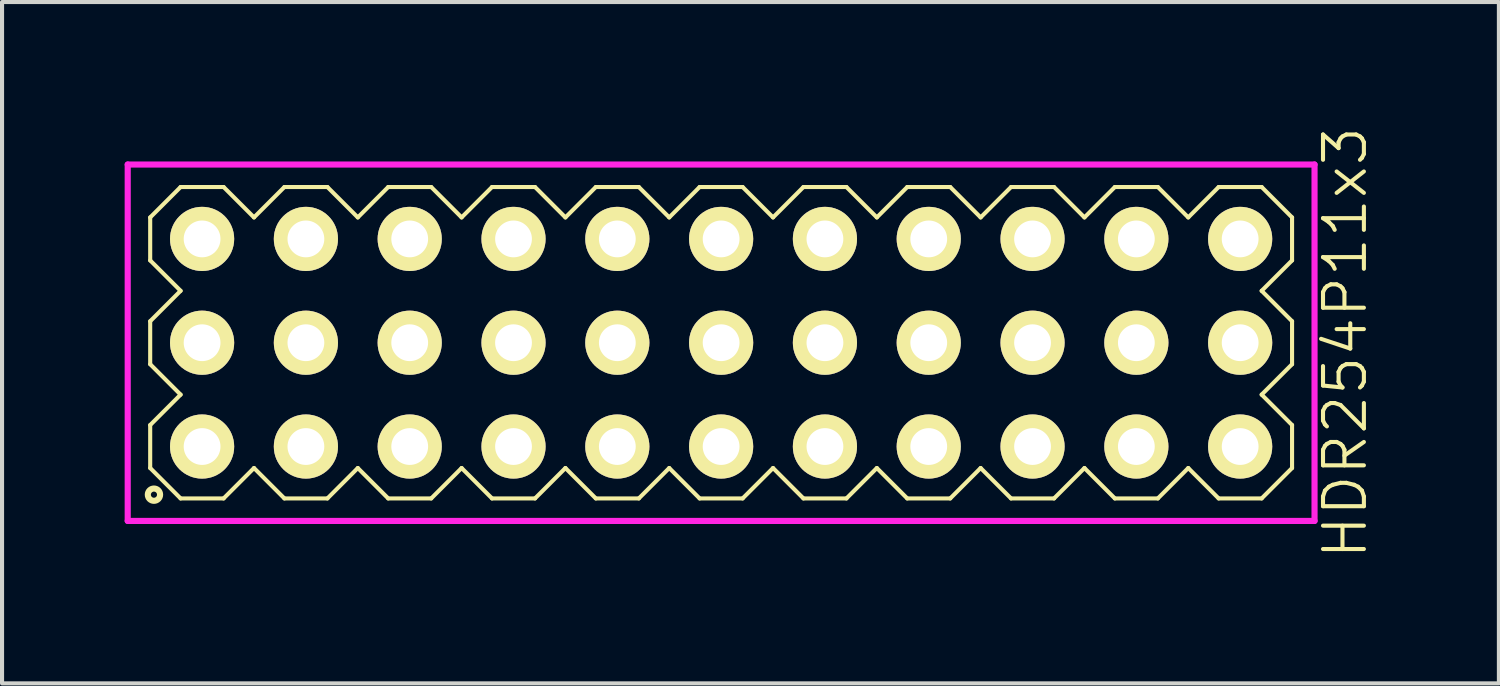
<source format=kicad_pcb>
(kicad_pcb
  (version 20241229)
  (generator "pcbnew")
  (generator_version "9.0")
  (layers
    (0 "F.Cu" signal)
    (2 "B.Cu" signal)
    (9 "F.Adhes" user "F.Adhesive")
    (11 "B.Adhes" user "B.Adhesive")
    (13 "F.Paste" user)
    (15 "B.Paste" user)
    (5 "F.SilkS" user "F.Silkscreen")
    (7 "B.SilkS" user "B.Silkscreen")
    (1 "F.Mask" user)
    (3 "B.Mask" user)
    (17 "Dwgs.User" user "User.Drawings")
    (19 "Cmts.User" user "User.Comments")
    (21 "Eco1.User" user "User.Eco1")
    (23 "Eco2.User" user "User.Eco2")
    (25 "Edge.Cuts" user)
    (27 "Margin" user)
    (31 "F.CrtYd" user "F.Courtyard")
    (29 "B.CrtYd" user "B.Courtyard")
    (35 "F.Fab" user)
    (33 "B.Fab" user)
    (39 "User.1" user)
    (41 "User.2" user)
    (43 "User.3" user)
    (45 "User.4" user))
  (footprint "HDR254P11x3"
    (layer "F.Cu")
    (at 14.595 5.336)
    (property "Reference" "HDR254P11x3" (at 15.27 0 90) (layer "F.SilkS") (effects (font (size 1 1) (thickness 0.1))))
    (attr through_hole)
    (fp_line (start -13.97 -3.066) (end -13.226 -3.81) (stroke (width 0.1) (type solid)) (layer "F.SilkS"))
    (fp_line (start -13.97 -2.014) (end -13.97 -3.066) (stroke (width 0.1) (type solid)) (layer "F.SilkS"))
    (fp_line (start -13.97 -0.526) (end -13.226 -1.27) (stroke (width 0.1) (type solid)) (layer "F.SilkS"))
    (fp_line (start -13.97 0.526) (end -13.97 -0.526) (stroke (width 0.1) (type solid)) (layer "F.SilkS"))
    (fp_line (start -13.97 2.014) (end -13.226 1.27) (stroke (width 0.1) (type solid)) (layer "F.SilkS"))
    (fp_line (start -13.97 3.066) (end -13.97 2.014) (stroke (width 0.1) (type solid)) (layer "F.SilkS"))
    (fp_line (start -13.226 -3.81) (end -12.174 -3.81) (stroke (width 0.1) (type solid)) (layer "F.SilkS"))
    (fp_line (start -13.226 -1.27) (end -13.97 -2.014) (stroke (width 0.1) (type solid)) (layer "F.SilkS"))
    (fp_line (start -13.226 1.27) (end -13.97 0.526) (stroke (width 0.1) (type solid)) (layer "F.SilkS"))
    (fp_line (start -13.226 3.81) (end -13.97 3.066) (stroke (width 0.1) (type solid)) (layer "F.SilkS"))
    (fp_line (start -12.174 -3.81) (end -11.43 -3.066) (stroke (width 0.1) (type solid)) (layer "F.SilkS"))
    (fp_line (start -12.174 3.81) (end -13.226 3.81) (stroke (width 0.1) (type solid)) (layer "F.SilkS"))
    (fp_line (start -11.43 -3.066) (end -10.686 -3.81) (stroke (width 0.1) (type solid)) (layer "F.SilkS"))
    (fp_line (start -11.43 3.066) (end -12.174 3.81) (stroke (width 0.1) (type solid)) (layer "F.SilkS"))
    (fp_line (start -10.686 -3.81) (end -9.634 -3.81) (stroke (width 0.1) (type solid)) (layer "F.SilkS"))
    (fp_line (start -10.686 3.81) (end -11.43 3.066) (stroke (width 0.1) (type solid)) (layer "F.SilkS"))
    (fp_line (start -9.634 -3.81) (end -8.89 -3.066) (stroke (width 0.1) (type solid)) (layer "F.SilkS"))
    (fp_line (start -9.634 3.81) (end -10.686 3.81) (stroke (width 0.1) (type solid)) (layer "F.SilkS"))
    (fp_line (start -8.89 -3.066) (end -8.146 -3.81) (stroke (width 0.1) (type solid)) (layer "F.SilkS"))
    (fp_line (start -8.89 3.066) (end -9.634 3.81) (stroke (width 0.1) (type solid)) (layer "F.SilkS"))
    (fp_line (start -8.146 -3.81) (end -7.094 -3.81) (stroke (width 0.1) (type solid)) (layer "F.SilkS"))
    (fp_line (start -8.146 3.81) (end -8.89 3.066) (stroke (width 0.1) (type solid)) (layer "F.SilkS"))
    (fp_line (start -7.094 -3.81) (end -6.35 -3.066) (stroke (width 0.1) (type solid)) (layer "F.SilkS"))
    (fp_line (start -7.094 3.81) (end -8.146 3.81) (stroke (width 0.1) (type solid)) (layer "F.SilkS"))
    (fp_line (start -6.35 -3.066) (end -5.606 -3.81) (stroke (width 0.1) (type solid)) (layer "F.SilkS"))
    (fp_line (start -6.35 3.066) (end -7.094 3.81) (stroke (width 0.1) (type solid)) (layer "F.SilkS"))
    (fp_line (start -5.606 -3.81) (end -4.554 -3.81) (stroke (width 0.1) (type solid)) (layer "F.SilkS"))
    (fp_line (start -5.606 3.81) (end -6.35 3.066) (stroke (width 0.1) (type solid)) (layer "F.SilkS"))
    (fp_line (start -4.554 -3.81) (end -3.81 -3.066) (stroke (width 0.1) (type solid)) (layer "F.SilkS"))
    (fp_line (start -4.554 3.81) (end -5.606 3.81) (stroke (width 0.1) (type solid)) (layer "F.SilkS"))
    (fp_line (start -3.81 -3.066) (end -3.066 -3.81) (stroke (width 0.1) (type solid)) (layer "F.SilkS"))
    (fp_line (start -3.81 3.066) (end -4.554 3.81) (stroke (width 0.1) (type solid)) (layer "F.SilkS"))
    (fp_line (start -3.066 -3.81) (end -2.014 -3.81) (stroke (width 0.1) (type solid)) (layer "F.SilkS"))
    (fp_line (start -3.066 3.81) (end -3.81 3.066) (stroke (width 0.1) (type solid)) (layer "F.SilkS"))
    (fp_line (start -2.014 -3.81) (end -1.27 -3.066) (stroke (width 0.1) (type solid)) (layer "F.SilkS"))
    (fp_line (start -2.014 3.81) (end -3.066 3.81) (stroke (width 0.1) (type solid)) (layer "F.SilkS"))
    (fp_line (start -1.27 -3.066) (end -0.526 -3.81) (stroke (width 0.1) (type solid)) (layer "F.SilkS"))
    (fp_line (start -1.27 3.066) (end -2.014 3.81) (stroke (width 0.1) (type solid)) (layer "F.SilkS"))
    (fp_line (start -0.526 -3.81) (end 0.526 -3.81) (stroke (width 0.1) (type solid)) (layer "F.SilkS"))
    (fp_line (start -0.526 3.81) (end -1.27 3.066) (stroke (width 0.1) (type solid)) (layer "F.SilkS"))
    (fp_line (start 0.526 -3.81) (end 1.27 -3.066) (stroke (width 0.1) (type solid)) (layer "F.SilkS"))
    (fp_line (start 0.526 3.81) (end -0.526 3.81) (stroke (width 0.1) (type solid)) (layer "F.SilkS"))
    (fp_line (start 1.27 -3.066) (end 2.014 -3.81) (stroke (width 0.1) (type solid)) (layer "F.SilkS"))
    (fp_line (start 1.27 3.066) (end 0.526 3.81) (stroke (width 0.1) (type solid)) (layer "F.SilkS"))
    (fp_line (start 2.014 -3.81) (end 3.066 -3.81) (stroke (width 0.1) (type solid)) (layer "F.SilkS"))
    (fp_line (start 2.014 3.81) (end 1.27 3.066) (stroke (width 0.1) (type solid)) (layer "F.SilkS"))
    (fp_line (start 3.066 -3.81) (end 3.81 -3.066) (stroke (width 0.1) (type solid)) (layer "F.SilkS"))
    (fp_line (start 3.066 3.81) (end 2.014 3.81) (stroke (width 0.1) (type solid)) (layer "F.SilkS"))
    (fp_line (start 3.81 -3.066) (end 4.554 -3.81) (stroke (width 0.1) (type solid)) (layer "F.SilkS"))
    (fp_line (start 3.81 3.066) (end 3.066 3.81) (stroke (width 0.1) (type solid)) (layer "F.SilkS"))
    (fp_line (start 4.554 -3.81) (end 5.606 -3.81) (stroke (width 0.1) (type solid)) (layer "F.SilkS"))
    (fp_line (start 4.554 3.81) (end 3.81 3.066) (stroke (width 0.1) (type solid)) (layer "F.SilkS"))
    (fp_line (start 5.606 -3.81) (end 6.35 -3.066) (stroke (width 0.1) (type solid)) (layer "F.SilkS"))
    (fp_line (start 5.606 3.81) (end 4.554 3.81) (stroke (width 0.1) (type solid)) (layer "F.SilkS"))
    (fp_line (start 6.35 -3.066) (end 7.094 -3.81) (stroke (width 0.1) (type solid)) (layer "F.SilkS"))
    (fp_line (start 6.35 3.066) (end 5.606 3.81) (stroke (width 0.1) (type solid)) (layer "F.SilkS"))
    (fp_line (start 7.094 -3.81) (end 8.146 -3.81) (stroke (width 0.1) (type solid)) (layer "F.SilkS"))
    (fp_line (start 7.094 3.81) (end 6.35 3.066) (stroke (width 0.1) (type solid)) (layer "F.SilkS"))
    (fp_line (start 8.146 -3.81) (end 8.89 -3.066) (stroke (width 0.1) (type solid)) (layer "F.SilkS"))
    (fp_line (start 8.146 3.81) (end 7.094 3.81) (stroke (width 0.1) (type solid)) (layer "F.SilkS"))
    (fp_line (start 8.89 -3.066) (end 9.634 -3.81) (stroke (width 0.1) (type solid)) (layer "F.SilkS"))
    (fp_line (start 8.89 3.066) (end 8.146 3.81) (stroke (width 0.1) (type solid)) (layer "F.SilkS"))
    (fp_line (start 9.634 -3.81) (end 10.686 -3.81) (stroke (width 0.1) (type solid)) (layer "F.SilkS"))
    (fp_line (start 9.634 3.81) (end 8.89 3.066) (stroke (width 0.1) (type solid)) (layer "F.SilkS"))
    (fp_line (start 10.686 -3.81) (end 11.43 -3.066) (stroke (width 0.1) (type solid)) (layer "F.SilkS"))
    (fp_line (start 10.686 3.81) (end 9.634 3.81) (stroke (width 0.1) (type solid)) (layer "F.SilkS"))
    (fp_line (start 11.43 -3.066) (end 12.174 -3.81) (stroke (width 0.1) (type solid)) (layer "F.SilkS"))
    (fp_line (start 11.43 3.066) (end 10.686 3.81) (stroke (width 0.1) (type solid)) (layer "F.SilkS"))
    (fp_line (start 12.174 -3.81) (end 13.226 -3.81) (stroke (width 0.1) (type solid)) (layer "F.SilkS"))
    (fp_line (start 12.174 3.81) (end 11.43 3.066) (stroke (width 0.1) (type solid)) (layer "F.SilkS"))
    (fp_line (start 13.226 -3.81) (end 13.97 -3.066) (stroke (width 0.1) (type solid)) (layer "F.SilkS"))
    (fp_line (start 13.226 -1.27) (end 13.97 -0.526) (stroke (width 0.1) (type solid)) (layer "F.SilkS"))
    (fp_line (start 13.226 1.27) (end 13.97 2.014) (stroke (width 0.1) (type solid)) (layer "F.SilkS"))
    (fp_line (start 13.226 3.81) (end 12.174 3.81) (stroke (width 0.1) (type solid)) (layer "F.SilkS"))
    (fp_line (start 13.97 -3.066) (end 13.97 -2.014) (stroke (width 0.1) (type solid)) (layer "F.SilkS"))
    (fp_line (start 13.97 -2.014) (end 13.226 -1.27) (stroke (width 0.1) (type solid)) (layer "F.SilkS"))
    (fp_line (start 13.97 -0.526) (end 13.97 0.526) (stroke (width 0.1) (type solid)) (layer "F.SilkS"))
    (fp_line (start 13.97 0.526) (end 13.226 1.27) (stroke (width 0.1) (type solid)) (layer "F.SilkS"))
    (fp_line (start 13.97 2.014) (end 13.97 3.066) (stroke (width 0.1) (type solid)) (layer "F.SilkS"))
    (fp_line (start 13.97 3.066) (end 13.226 3.81) (stroke (width 0.1) (type solid)) (layer "F.SilkS"))
    (fp_circle (center -13.878 3.718) (end -13.728 3.718) (stroke (width 0.15) (type solid)) (fill no) (layer "F.SilkS"))
    (fp_line (start -14.52 -4.36) (end -14.52 4.36) (stroke (width 0.15) (type solid)) (layer "F.CrtYd"))
    (fp_line (start -14.52 4.36) (end 14.52 4.36) (stroke (width 0.15) (type solid)) (layer "F.CrtYd"))
    (fp_line (start 14.52 -4.36) (end -14.52 -4.36) (stroke (width 0.15) (type solid)) (layer "F.CrtYd"))
    (fp_line (start 14.52 4.36) (end 14.52 -4.36) (stroke (width 0.15) (type solid)) (layer "F.CrtYd"))
    (pad "1" thru_hole oval (at -12.7 2.54) (size 1.57 1.57) (drill 0.9) (layers "*.Cu" "*.Mask" "F.SilkS"))
    (pad "2" thru_hole oval (at -12.7 0) (size 1.57 1.57) (drill 0.9) (layers "*.Cu" "*.Mask" "F.SilkS"))
    (pad "3" thru_hole oval (at -12.7 -2.54) (size 1.57 1.57) (drill 0.9) (layers "*.Cu" "*.Mask" "F.SilkS"))
    (pad "4" thru_hole oval (at -10.16 2.54) (size 1.57 1.57) (drill 0.9) (layers "*.Cu" "*.Mask" "F.SilkS"))
    (pad "5" thru_hole oval (at -10.16 0) (size 1.57 1.57) (drill 0.9) (layers "*.Cu" "*.Mask" "F.SilkS"))
    (pad "6" thru_hole oval (at -10.16 -2.54) (size 1.57 1.57) (drill 0.9) (layers "*.Cu" "*.Mask" "F.SilkS"))
    (pad "7" thru_hole oval (at -7.62 2.54) (size 1.57 1.57) (drill 0.9) (layers "*.Cu" "*.Mask" "F.SilkS"))
    (pad "8" thru_hole oval (at -7.62 0) (size 1.57 1.57) (drill 0.9) (layers "*.Cu" "*.Mask" "F.SilkS"))
    (pad "9" thru_hole oval (at -7.62 -2.54) (size 1.57 1.57) (drill 0.9) (layers "*.Cu" "*.Mask" "F.SilkS"))
    (pad "10" thru_hole oval (at -5.08 2.54) (size 1.57 1.57) (drill 0.9) (layers "*.Cu" "*.Mask" "F.SilkS"))
    (pad "11" thru_hole oval (at -5.08 0) (size 1.57 1.57) (drill 0.9) (layers "*.Cu" "*.Mask" "F.SilkS"))
    (pad "12" thru_hole oval (at -5.08 -2.54) (size 1.57 1.57) (drill 0.9) (layers "*.Cu" "*.Mask" "F.SilkS"))
    (pad "13" thru_hole oval (at -2.54 2.54) (size 1.57 1.57) (drill 0.9) (layers "*.Cu" "*.Mask" "F.SilkS"))
    (pad "14" thru_hole oval (at -2.54 0) (size 1.57 1.57) (drill 0.9) (layers "*.Cu" "*.Mask" "F.SilkS"))
    (pad "15" thru_hole oval (at -2.54 -2.54) (size 1.57 1.57) (drill 0.9) (layers "*.Cu" "*.Mask" "F.SilkS"))
    (pad "16" thru_hole oval (at 0 2.54) (size 1.57 1.57) (drill 0.9) (layers "*.Cu" "*.Mask" "F.SilkS"))
    (pad "17" thru_hole oval (at 0 0) (size 1.57 1.57) (drill 0.9) (layers "*.Cu" "*.Mask" "F.SilkS"))
    (pad "18" thru_hole oval (at 0 -2.54) (size 1.57 1.57) (drill 0.9) (layers "*.Cu" "*.Mask" "F.SilkS"))
    (pad "19" thru_hole oval (at 2.54 2.54) (size 1.57 1.57) (drill 0.9) (layers "*.Cu" "*.Mask" "F.SilkS"))
    (pad "20" thru_hole oval (at 2.54 0) (size 1.57 1.57) (drill 0.9) (layers "*.Cu" "*.Mask" "F.SilkS"))
    (pad "21" thru_hole oval (at 2.54 -2.54) (size 1.57 1.57) (drill 0.9) (layers "*.Cu" "*.Mask" "F.SilkS"))
    (pad "22" thru_hole oval (at 5.08 2.54) (size 1.57 1.57) (drill 0.9) (layers "*.Cu" "*.Mask" "F.SilkS"))
    (pad "23" thru_hole oval (at 5.08 0) (size 1.57 1.57) (drill 0.9) (layers "*.Cu" "*.Mask" "F.SilkS"))
    (pad "24" thru_hole oval (at 5.08 -2.54) (size 1.57 1.57) (drill 0.9) (layers "*.Cu" "*.Mask" "F.SilkS"))
    (pad "25" thru_hole oval (at 7.62 2.54) (size 1.57 1.57) (drill 0.9) (layers "*.Cu" "*.Mask" "F.SilkS"))
    (pad "26" thru_hole oval (at 7.62 0) (size 1.57 1.57) (drill 0.9) (layers "*.Cu" "*.Mask" "F.SilkS"))
    (pad "27" thru_hole oval (at 7.62 -2.54) (size 1.57 1.57) (drill 0.9) (layers "*.Cu" "*.Mask" "F.SilkS"))
    (pad "28" thru_hole oval (at 10.16 2.54) (size 1.57 1.57) (drill 0.9) (layers "*.Cu" "*.Mask" "F.SilkS"))
    (pad "29" thru_hole oval (at 10.16 0) (size 1.57 1.57) (drill 0.9) (layers "*.Cu" "*.Mask" "F.SilkS"))
    (pad "30" thru_hole oval (at 10.16 -2.54) (size 1.57 1.57) (drill 0.9) (layers "*.Cu" "*.Mask" "F.SilkS"))
    (pad "31" thru_hole oval (at 12.7 2.54) (size 1.57 1.57) (drill 0.9) (layers "*.Cu" "*.Mask" "F.SilkS"))
    (pad "32" thru_hole oval (at 12.7 0) (size 1.57 1.57) (drill 0.9) (layers "*.Cu" "*.Mask" "F.SilkS"))
    (pad "33" thru_hole oval (at 12.7 -2.54) (size 1.57 1.57) (drill 0.9) (layers "*.Cu" "*.Mask" "F.SilkS")))
  (gr_rect
    (start -3 -3)
    (end 33.626 13.671)
    (stroke (width 0.1) (type default))
    (fill no)
    (layer "Edge.Cuts")))
</source>
